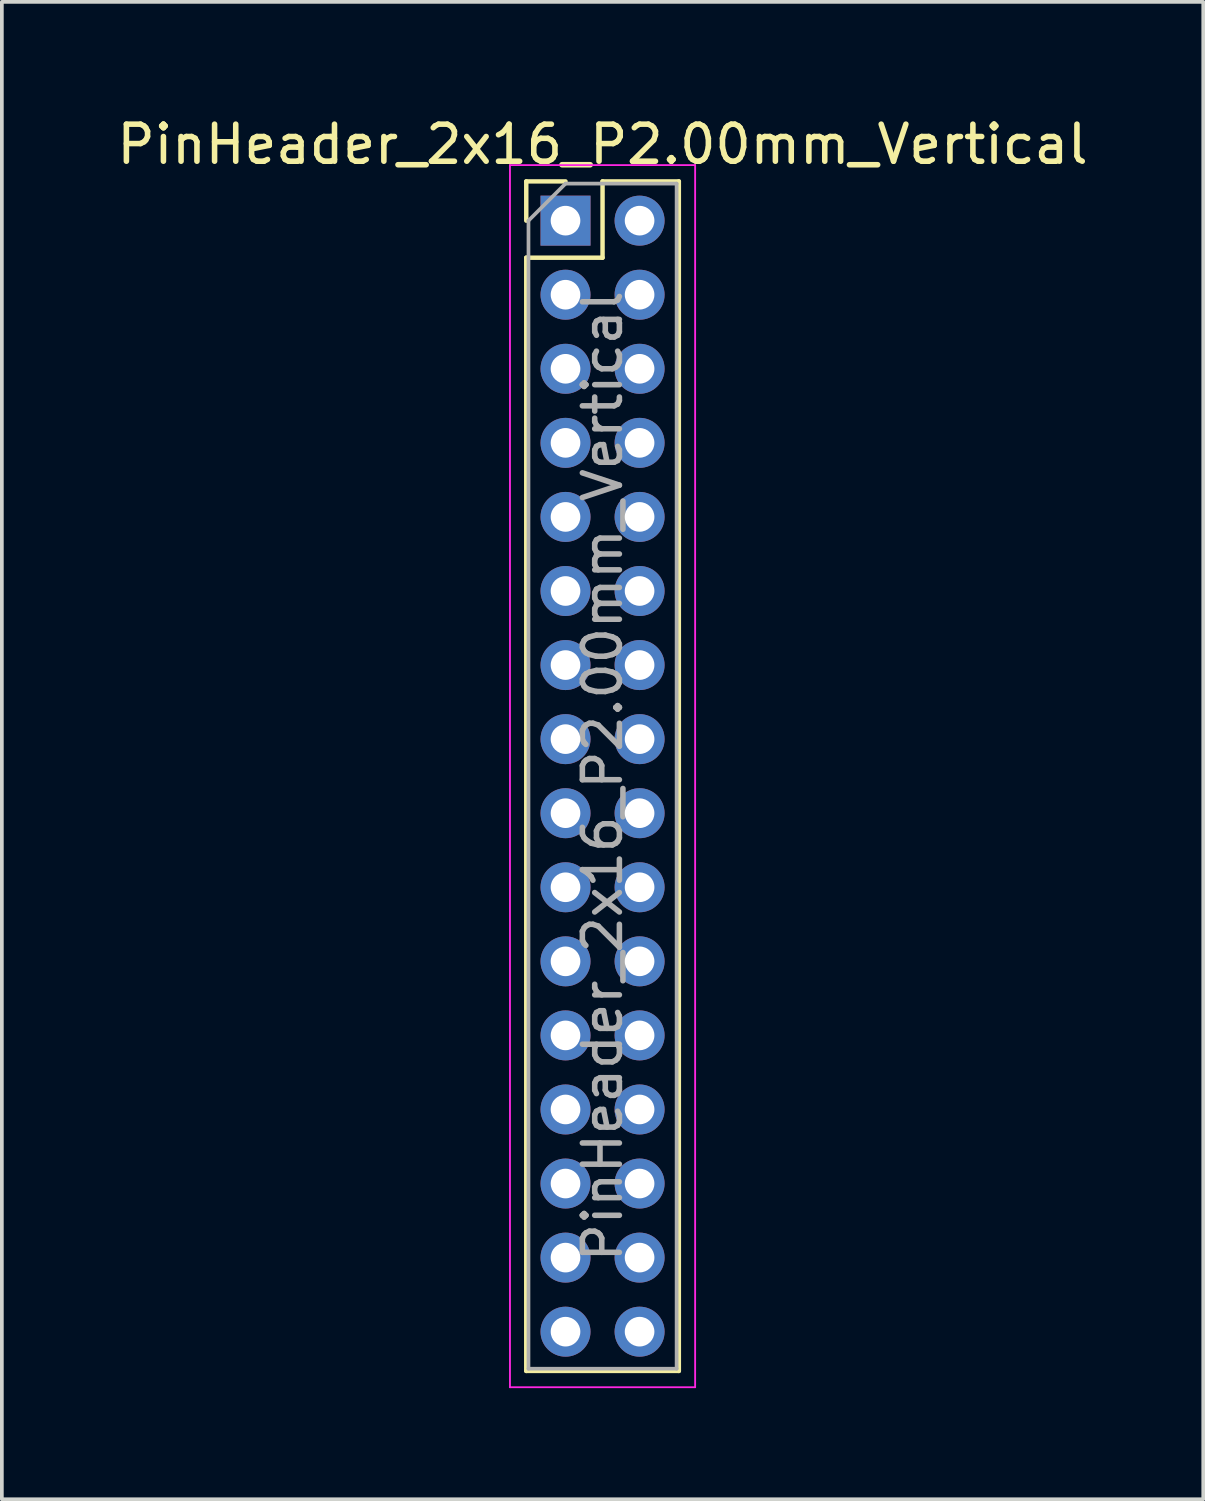
<source format=kicad_pcb>
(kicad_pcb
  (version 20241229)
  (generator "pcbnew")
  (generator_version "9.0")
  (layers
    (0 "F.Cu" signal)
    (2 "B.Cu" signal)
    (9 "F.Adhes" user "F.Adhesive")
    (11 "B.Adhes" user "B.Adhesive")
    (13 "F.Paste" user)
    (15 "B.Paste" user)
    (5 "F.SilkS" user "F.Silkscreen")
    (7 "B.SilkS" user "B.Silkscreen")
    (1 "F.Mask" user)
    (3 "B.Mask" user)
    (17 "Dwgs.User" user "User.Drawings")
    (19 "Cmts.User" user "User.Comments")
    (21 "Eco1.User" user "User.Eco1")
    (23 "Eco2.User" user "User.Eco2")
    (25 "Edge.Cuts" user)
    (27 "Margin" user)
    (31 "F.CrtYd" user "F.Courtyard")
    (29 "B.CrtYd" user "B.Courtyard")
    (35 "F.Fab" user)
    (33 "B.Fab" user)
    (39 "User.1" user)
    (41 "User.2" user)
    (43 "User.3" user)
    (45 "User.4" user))
  (footprint "PinHeader_2x16_P2.00mm_Vertical"
    (layer "F.Cu")
    (at 12.22 2.908)
    (property "Reference" "PinHeader_2x16_P2.00mm_Vertical" (at 1 -2.06 0) (layer "F.SilkS") (effects (font (size 1 1) (thickness 0.15))))
    (attr through_hole)
    (fp_line (start -1.06 -1.06) (end 0 -1.06) (stroke (width 0.12) (type solid)) (layer "F.SilkS"))
    (fp_line (start -1.06 0) (end -1.06 -1.06) (stroke (width 0.12) (type solid)) (layer "F.SilkS"))
    (fp_line (start -1.06 1) (end -1.06 31.06) (stroke (width 0.12) (type solid)) (layer "F.SilkS"))
    (fp_line (start -1.06 1) (end 1 1) (stroke (width 0.12) (type solid)) (layer "F.SilkS"))
    (fp_line (start -1.06 31.06) (end 3.06 31.06) (stroke (width 0.12) (type solid)) (layer "F.SilkS"))
    (fp_line (start 1 -1.06) (end 3.06 -1.06) (stroke (width 0.12) (type solid)) (layer "F.SilkS"))
    (fp_line (start 1 1) (end 1 -1.06) (stroke (width 0.12) (type solid)) (layer "F.SilkS"))
    (fp_line (start 3.06 -1.06) (end 3.06 31.06) (stroke (width 0.12) (type solid)) (layer "F.SilkS"))
    (fp_line (start -1.5 -1.5) (end -1.5 31.5) (stroke (width 0.05) (type solid)) (layer "F.CrtYd"))
    (fp_line (start -1.5 31.5) (end 3.5 31.5) (stroke (width 0.05) (type solid)) (layer "F.CrtYd"))
    (fp_line (start 3.5 -1.5) (end -1.5 -1.5) (stroke (width 0.05) (type solid)) (layer "F.CrtYd"))
    (fp_line (start 3.5 31.5) (end 3.5 -1.5) (stroke (width 0.05) (type solid)) (layer "F.CrtYd"))
    (fp_line (start -1 0) (end 0 -1) (stroke (width 0.1) (type solid)) (layer "F.Fab"))
    (fp_line (start -1 31) (end -1 0) (stroke (width 0.1) (type solid)) (layer "F.Fab"))
    (fp_line (start 0 -1) (end 3 -1) (stroke (width 0.1) (type solid)) (layer "F.Fab"))
    (fp_line (start 3 -1) (end 3 31) (stroke (width 0.1) (type solid)) (layer "F.Fab"))
    (fp_line (start 3 31) (end -1 31) (stroke (width 0.1) (type solid)) (layer "F.Fab"))
    (fp_text user "${REFERENCE}" (at 1 15 90) (layer "F.Fab") (effects (font (size 1 1) (thickness 0.15))))
    (pad "1" thru_hole rect (at 0 0) (size 1.35 1.35) (drill 0.8) (layers "*.Cu" "*.Mask"))
    (pad "2" thru_hole oval (at 2 0) (size 1.35 1.35) (drill 0.8) (layers "*.Cu" "*.Mask"))
    (pad "3" thru_hole oval (at 0 2) (size 1.35 1.35) (drill 0.8) (layers "*.Cu" "*.Mask"))
    (pad "4" thru_hole oval (at 2 2) (size 1.35 1.35) (drill 0.8) (layers "*.Cu" "*.Mask"))
    (pad "5" thru_hole oval (at 0 4) (size 1.35 1.35) (drill 0.8) (layers "*.Cu" "*.Mask"))
    (pad "6" thru_hole oval (at 2 4) (size 1.35 1.35) (drill 0.8) (layers "*.Cu" "*.Mask"))
    (pad "7" thru_hole oval (at 0 6) (size 1.35 1.35) (drill 0.8) (layers "*.Cu" "*.Mask"))
    (pad "8" thru_hole oval (at 2 6) (size 1.35 1.35) (drill 0.8) (layers "*.Cu" "*.Mask"))
    (pad "9" thru_hole oval (at 0 8) (size 1.35 1.35) (drill 0.8) (layers "*.Cu" "*.Mask"))
    (pad "10" thru_hole oval (at 2 8) (size 1.35 1.35) (drill 0.8) (layers "*.Cu" "*.Mask"))
    (pad "11" thru_hole oval (at 0 10) (size 1.35 1.35) (drill 0.8) (layers "*.Cu" "*.Mask"))
    (pad "12" thru_hole oval (at 2 10) (size 1.35 1.35) (drill 0.8) (layers "*.Cu" "*.Mask"))
    (pad "13" thru_hole oval (at 0 12) (size 1.35 1.35) (drill 0.8) (layers "*.Cu" "*.Mask"))
    (pad "14" thru_hole oval (at 2 12) (size 1.35 1.35) (drill 0.8) (layers "*.Cu" "*.Mask"))
    (pad "15" thru_hole oval (at 0 14) (size 1.35 1.35) (drill 0.8) (layers "*.Cu" "*.Mask"))
    (pad "16" thru_hole oval (at 2 14) (size 1.35 1.35) (drill 0.8) (layers "*.Cu" "*.Mask"))
    (pad "17" thru_hole oval (at 0 16) (size 1.35 1.35) (drill 0.8) (layers "*.Cu" "*.Mask"))
    (pad "18" thru_hole oval (at 2 16) (size 1.35 1.35) (drill 0.8) (layers "*.Cu" "*.Mask"))
    (pad "19" thru_hole oval (at 0 18) (size 1.35 1.35) (drill 0.8) (layers "*.Cu" "*.Mask"))
    (pad "20" thru_hole oval (at 2 18) (size 1.35 1.35) (drill 0.8) (layers "*.Cu" "*.Mask"))
    (pad "21" thru_hole oval (at 0 20) (size 1.35 1.35) (drill 0.8) (layers "*.Cu" "*.Mask"))
    (pad "22" thru_hole oval (at 2 20) (size 1.35 1.35) (drill 0.8) (layers "*.Cu" "*.Mask"))
    (pad "23" thru_hole oval (at 0 22) (size 1.35 1.35) (drill 0.8) (layers "*.Cu" "*.Mask"))
    (pad "24" thru_hole oval (at 2 22) (size 1.35 1.35) (drill 0.8) (layers "*.Cu" "*.Mask"))
    (pad "25" thru_hole oval (at 0 24) (size 1.35 1.35) (drill 0.8) (layers "*.Cu" "*.Mask"))
    (pad "26" thru_hole oval (at 2 24) (size 1.35 1.35) (drill 0.8) (layers "*.Cu" "*.Mask"))
    (pad "27" thru_hole oval (at 0 26) (size 1.35 1.35) (drill 0.8) (layers "*.Cu" "*.Mask"))
    (pad "28" thru_hole oval (at 2 26) (size 1.35 1.35) (drill 0.8) (layers "*.Cu" "*.Mask"))
    (pad "29" thru_hole oval (at 0 28) (size 1.35 1.35) (drill 0.8) (layers "*.Cu" "*.Mask"))
    (pad "30" thru_hole oval (at 2 28) (size 1.35 1.35) (drill 0.8) (layers "*.Cu" "*.Mask"))
    (pad "31" thru_hole oval (at 0 30) (size 1.35 1.35) (drill 0.8) (layers "*.Cu" "*.Mask"))
    (pad "32" thru_hole oval (at 2 30) (size 1.35 1.35) (drill 0.8) (layers "*.Cu" "*.Mask")))
  (gr_rect
    (start -3 -3)
    (end 29.44 37.433)
    (stroke (width 0.1) (type default))
    (fill no)
    (layer "Edge.Cuts")))
</source>
